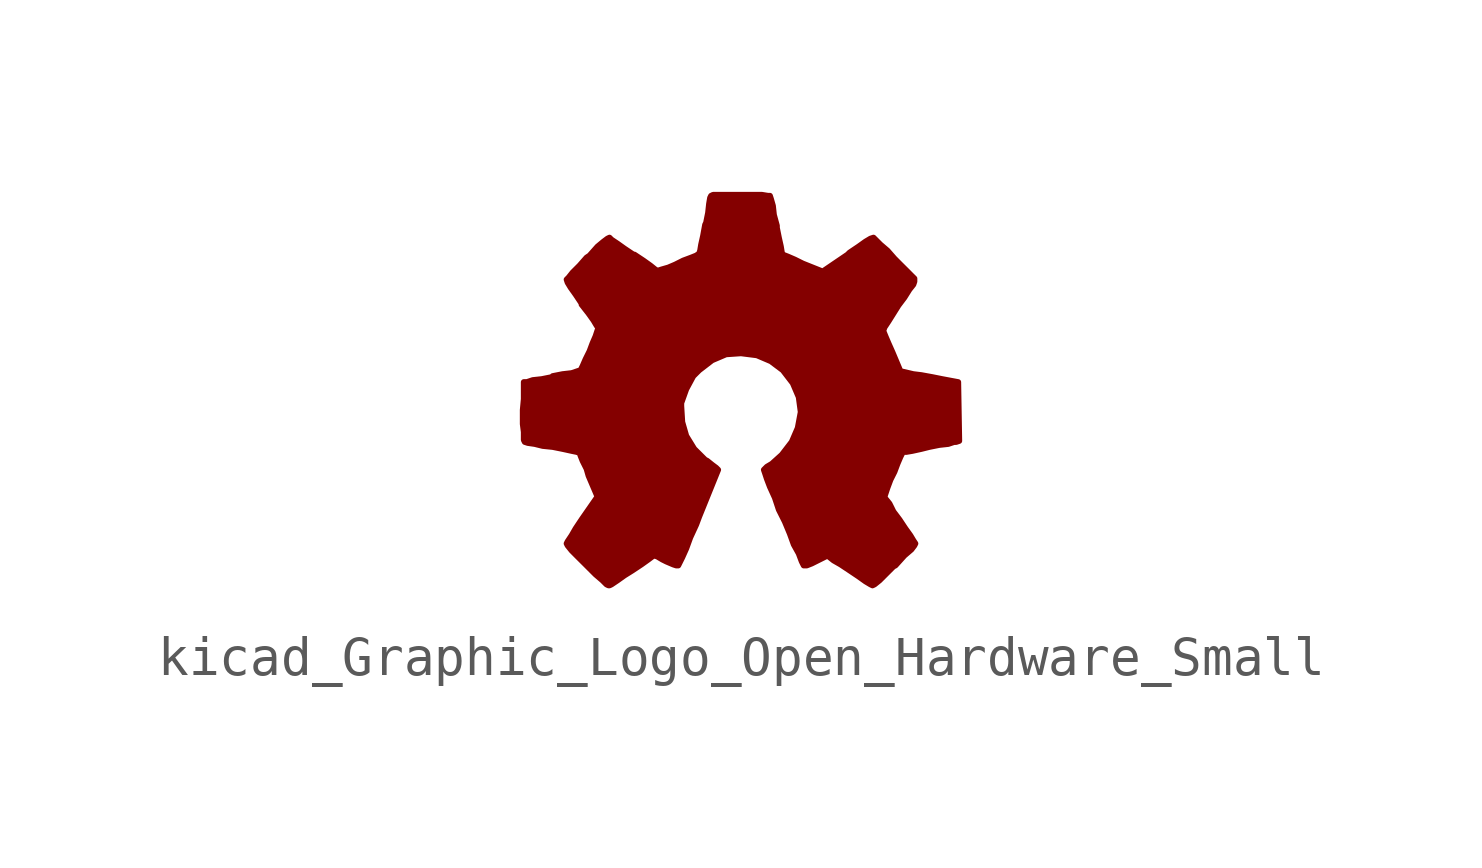
<source format=kicad_sym>
(kicad_symbol_lib
  (version 20220914)
  (generator kicad_symbol_editor)
  (symbol "kicad_Graphic_Logo_Open_Hardware_Small"
    (property "Reference" "#SYM"
      (at 0 6.985 0)
      (effects (font (size 1.27 1.27)) hide))
    (symbol "kicad_Graphic_Logo_Open_Hardware_Small_0_1"
      (polyline (pts (xy 3.353 -4.343) (xy 3.302 -4.318) (xy 3.175 -4.242) (xy 2.997 -4.115) (xy 2.769 -3.962) (xy 2.54 -3.81) (xy 2.362 -3.708) (xy 2.235 -3.607) (xy 2.184 -3.581) (xy 2.159 -3.607) (xy 2.057 -3.658) (xy 1.905 -3.734) (xy 1.803 -3.785) (xy 1.676 -3.835) (xy 1.6 -3.835) (xy 1.6 -3.835) (xy 1.549 -3.734) (xy 1.473 -3.531) (xy 1.346 -3.302) (xy 1.245 -3.023) (xy 1.118 -2.718) (xy 0.965 -2.413) (xy 0.864 -2.108) (xy 0.737 -1.829) (xy 0.66 -1.626) (xy 0.61 -1.473) (xy 0.584 -1.397) (xy 0.584 -1.397) (xy 0.66 -1.321) (xy 0.787 -1.245) (xy 1.041 -1.016) (xy 1.295 -0.686) (xy 1.448 -0.33) (xy 1.524 0.076) (xy 1.473 0.457) (xy 1.321 0.813) (xy 1.067 1.143) (xy 0.762 1.372) (xy 0.406 1.524) (xy 0 1.575) (xy -0.381 1.549) (xy -0.737 1.397) (xy -1.067 1.143) (xy -1.219 0.991) (xy -1.397 0.66) (xy -1.524 0.305) (xy -1.524 0.229) (xy -1.499 -0.178) (xy -1.397 -0.533) (xy -1.194 -0.864) (xy -0.914 -1.143) (xy -0.864 -1.168) (xy -0.737 -1.27) (xy -0.635 -1.346) (xy -0.584 -1.397) (xy -1.067 -2.591) (xy -1.143 -2.794) (xy -1.295 -3.124) (xy -1.397 -3.404) (xy -1.499 -3.632) (xy -1.575 -3.785) (xy -1.6 -3.835) (xy -1.6 -3.835) (xy -1.651 -3.835) (xy -1.727 -3.81) (xy -1.905 -3.734) (xy -2.007 -3.683) (xy -2.134 -3.607) (xy -2.21 -3.581) (xy -2.261 -3.607) (xy -2.362 -3.683) (xy -2.54 -3.81) (xy -2.769 -3.962) (xy -2.972 -4.089) (xy -3.15 -4.216) (xy -3.302 -4.318) (xy -3.353 -4.343) (xy -3.378 -4.343) (xy -3.429 -4.318) (xy -3.531 -4.216) (xy -3.708 -4.064) (xy -3.937 -3.835) (xy -3.962 -3.81) (xy -4.166 -3.607) (xy -4.318 -3.454) (xy -4.42 -3.327) (xy -4.445 -3.277) (xy -4.445 -3.277) (xy -4.42 -3.226) (xy -4.318 -3.073) (xy -4.216 -2.896) (xy -4.064 -2.667) (xy -3.658 -2.083) (xy -3.886 -1.549) (xy -3.937 -1.372) (xy -4.039 -1.168) (xy -4.089 -1.041) (xy -4.115 -0.965) (xy -4.191 -0.94) (xy -4.318 -0.914) (xy -4.547 -0.864) (xy -4.801 -0.813) (xy -5.055 -0.787) (xy -5.258 -0.737) (xy -5.436 -0.711) (xy -5.512 -0.686) (xy -5.512 -0.686) (xy -5.537 -0.635) (xy -5.537 -0.559) (xy -5.537 -0.432) (xy -5.563 -0.229) (xy -5.563 0.076) (xy -5.563 0.127) (xy -5.537 0.406) (xy -5.537 0.635) (xy -5.537 0.762) (xy -5.537 0.838) (xy -5.537 0.838) (xy -5.461 0.838) (xy -5.309 0.889) (xy -5.08 0.914) (xy -4.826 0.965) (xy -4.801 0.991) (xy -4.547 1.041) (xy -4.318 1.067) (xy -4.166 1.118) (xy -4.089 1.143) (xy -4.089 1.143) (xy -4.039 1.245) (xy -3.962 1.422) (xy -3.861 1.626) (xy -3.785 1.829) (xy -3.708 2.007) (xy -3.658 2.159) (xy -3.632 2.21) (xy -3.632 2.21) (xy -3.683 2.286) (xy -3.759 2.413) (xy -3.886 2.591) (xy -4.064 2.819) (xy -4.064 2.845) (xy -4.216 3.073) (xy -4.343 3.251) (xy -4.42 3.378) (xy -4.445 3.454) (xy -4.445 3.454) (xy -4.394 3.505) (xy -4.293 3.632) (xy -4.115 3.81) (xy -3.937 4.013) (xy -3.861 4.064) (xy -3.658 4.293) (xy -3.505 4.42) (xy -3.404 4.496) (xy -3.353 4.521) (xy -3.353 4.521) (xy -3.302 4.47) (xy -3.15 4.369) (xy -2.972 4.242) (xy -2.743 4.089) (xy -2.718 4.089) (xy -2.489 3.937) (xy -2.311 3.81) (xy -2.184 3.708) (xy -2.134 3.683) (xy -2.108 3.683) (xy -2.032 3.708) (xy -1.854 3.759) (xy -1.676 3.835) (xy -1.473 3.937) (xy -1.27 4.013) (xy -1.143 4.064) (xy -1.067 4.115) (xy -1.067 4.115) (xy -1.041 4.191) (xy -1.016 4.343) (xy -0.965 4.572) (xy -0.914 4.851) (xy -0.889 4.902) (xy -0.838 5.156) (xy -0.813 5.385) (xy -0.787 5.537) (xy -0.762 5.588) (xy -0.711 5.613) (xy -0.584 5.613) (xy -0.406 5.613) (xy -0.152 5.613) (xy 0.076 5.613) (xy 0.33 5.613) (xy 0.533 5.613) (xy 0.686 5.588) (xy 0.737 5.588) (xy 0.737 5.588) (xy 0.762 5.512) (xy 0.813 5.334) (xy 0.838 5.105) (xy 0.914 4.826) (xy 0.914 4.775) (xy 0.965 4.521) (xy 1.016 4.293) (xy 1.041 4.14) (xy 1.067 4.089) (xy 1.067 4.089) (xy 1.194 4.039) (xy 1.372 3.962) (xy 1.575 3.861) (xy 2.083 3.658) (xy 2.718 4.089) (xy 2.769 4.14) (xy 2.997 4.293) (xy 3.175 4.42) (xy 3.302 4.496) (xy 3.378 4.521) (xy 3.378 4.521) (xy 3.429 4.47) (xy 3.556 4.343) (xy 3.734 4.191) (xy 3.912 3.988) (xy 4.064 3.835) (xy 4.242 3.658) (xy 4.343 3.556) (xy 4.42 3.48) (xy 4.42 3.429) (xy 4.42 3.404) (xy 4.394 3.327) (xy 4.293 3.2) (xy 4.166 2.997) (xy 4.013 2.794) (xy 3.886 2.591) (xy 3.759 2.388) (xy 3.658 2.235) (xy 3.632 2.159) (xy 3.632 2.134) (xy 3.683 2.007) (xy 3.759 1.829) (xy 3.861 1.6) (xy 4.064 1.118) (xy 4.394 1.041) (xy 4.597 1.016) (xy 4.877 0.965) (xy 5.131 0.914) (xy 5.537 0.838) (xy 5.563 -0.66) (xy 5.486 -0.686) (xy 5.436 -0.686) (xy 5.283 -0.737) (xy 5.055 -0.762) (xy 4.801 -0.813) (xy 4.597 -0.864) (xy 4.369 -0.914) (xy 4.216 -0.94) (xy 4.14 -0.94) (xy 4.115 -0.965) (xy 4.064 -1.067) (xy 3.988 -1.245) (xy 3.912 -1.448) (xy 3.81 -1.651) (xy 3.734 -1.854) (xy 3.683 -2.007) (xy 3.658 -2.083) (xy 3.683 -2.134) (xy 3.785 -2.261) (xy 3.886 -2.464) (xy 4.039 -2.667) (xy 4.191 -2.896) (xy 4.318 -3.073) (xy 4.394 -3.2) (xy 4.445 -3.277) (xy 4.42 -3.327) (xy 4.343 -3.429) (xy 4.166 -3.581) (xy 3.937 -3.835) (xy 3.886 -3.861) (xy 3.683 -4.064) (xy 3.531 -4.216) (xy 3.404 -4.318) (xy 3.353 -4.343)) (stroke (width 0) (type default)) (fill (type outline))))))
</source>
